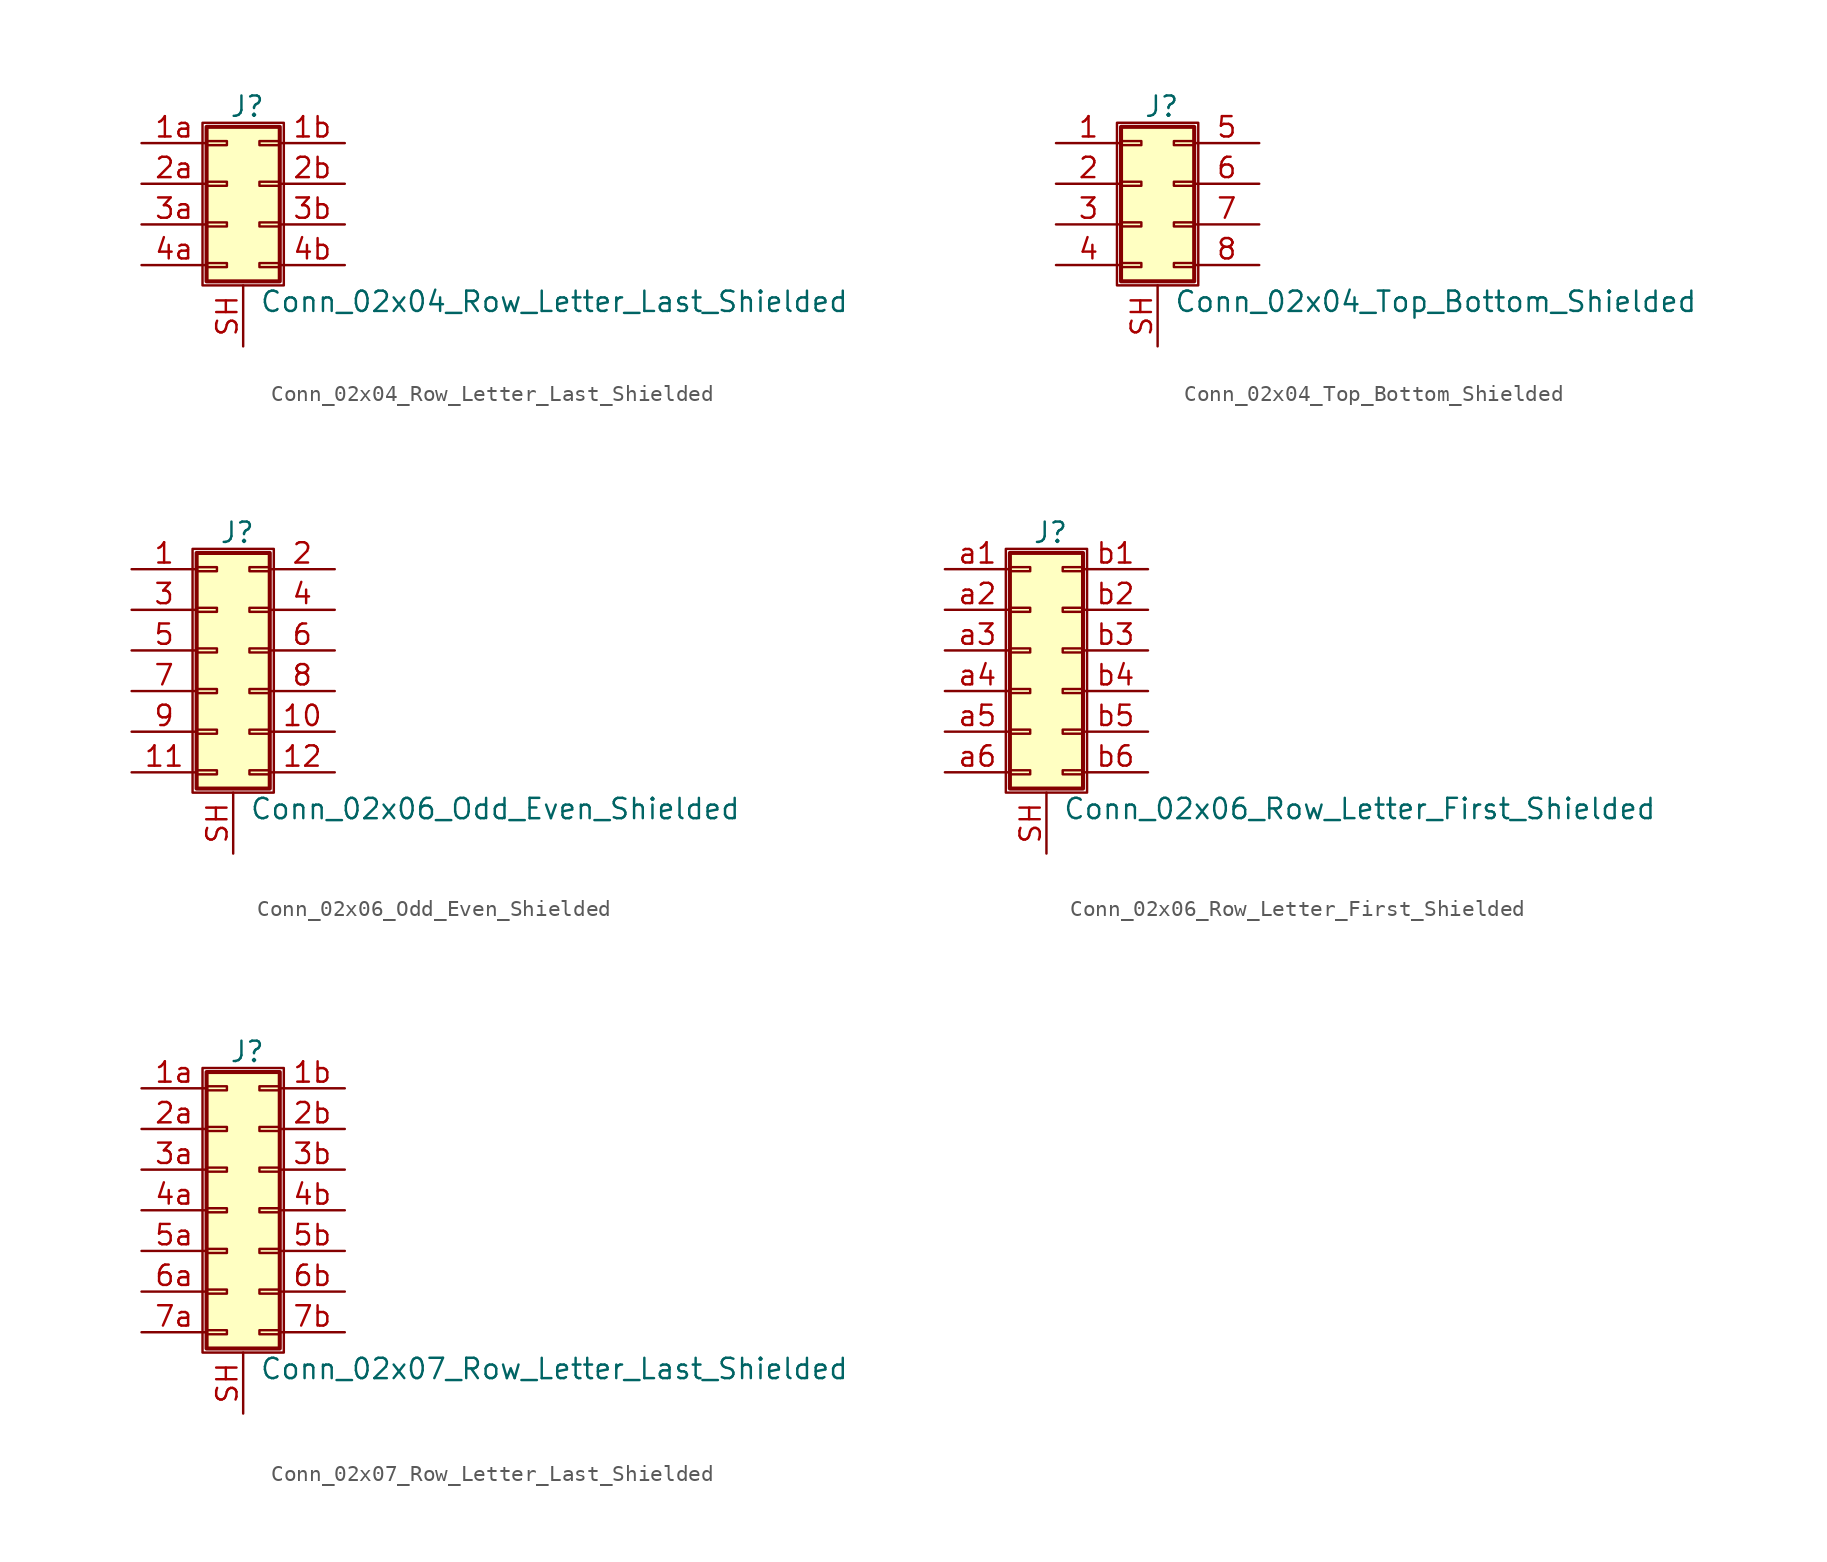
<source format=kicad_sym>
(kicad_symbol_lib
  (version 20211014)
  (generator kicad_symbol_editor)
  (symbol "Conn_02x04_Row_Letter_Last_Shielded"
    (pin_names
      (offset 1.016) hide)
    (property "Reference" "J"
      (at 1.524 4.826 0)
      (effects (font (size 1.27 1.27))))
    (property "Value" "Conn_02x04_Row_Letter_Last_Shielded"
      (at 2.286 -7.366 0)
      (effects (font (size 1.27 1.27)) (justify left)))
    (symbol "Conn_02x04_Row_Letter_Last_Shielded_1_1"
      (rectangle (start -1.27 3.81) (end 3.81 -6.35) (stroke (width 0.152) (type default) (color 0 0 0 0)) (fill (type none)))
      (rectangle (start -1.016 -4.953) (end 0.254 -5.207) (stroke (width 0.152) (type default) (color 0 0 0 0)) (fill (type none)))
      (rectangle (start -1.016 -2.413) (end 0.254 -2.667) (stroke (width 0.152) (type default) (color 0 0 0 0)) (fill (type none)))
      (rectangle (start -1.016 0.127) (end 0.254 -0.127) (stroke (width 0.152) (type default) (color 0 0 0 0)) (fill (type none)))
      (rectangle (start -1.016 2.667) (end 0.254 2.413) (stroke (width 0.152) (type default) (color 0 0 0 0)) (fill (type none)))
      (rectangle (start -1.016 3.556) (end 3.556 -6.096) (stroke (width 0.254) (type default) (color 0 0 0 0)) (fill (type background)))
      (rectangle (start 3.556 -4.953) (end 2.286 -5.207) (stroke (width 0.152) (type default) (color 0 0 0 0)) (fill (type none)))
      (rectangle (start 3.556 -2.413) (end 2.286 -2.667) (stroke (width 0.152) (type default) (color 0 0 0 0)) (fill (type none)))
      (rectangle (start 3.556 0.127) (end 2.286 -0.127) (stroke (width 0.152) (type default) (color 0 0 0 0)) (fill (type none)))
      (rectangle (start 3.556 2.667) (end 2.286 2.413) (stroke (width 0.152) (type default) (color 0 0 0 0)) (fill (type none)))
      (pin passive line (at -5.08 2.54 0) (length 4.064) (name "Pin_1a" (effects (font (size 1.27 1.27)))) (number "1a" (effects (font (size 1.27 1.27)))))
      (pin passive line (at 7.62 2.54 180) (length 4.064) (name "Pin_1b" (effects (font (size 1.27 1.27)))) (number "1b" (effects (font (size 1.27 1.27)))))
      (pin passive line (at -5.08 0 0) (length 4.064) (name "Pin_2a" (effects (font (size 1.27 1.27)))) (number "2a" (effects (font (size 1.27 1.27)))))
      (pin passive line (at 7.62 0 180) (length 4.064) (name "Pin_2b" (effects (font (size 1.27 1.27)))) (number "2b" (effects (font (size 1.27 1.27)))))
      (pin passive line (at -5.08 -2.54 0) (length 4.064) (name "Pin_3a" (effects (font (size 1.27 1.27)))) (number "3a" (effects (font (size 1.27 1.27)))))
      (pin passive line (at 7.62 -2.54 180) (length 4.064) (name "Pin_3b" (effects (font (size 1.27 1.27)))) (number "3b" (effects (font (size 1.27 1.27)))))
      (pin passive line (at -5.08 -5.08 0) (length 4.064) (name "Pin_4a" (effects (font (size 1.27 1.27)))) (number "4a" (effects (font (size 1.27 1.27)))))
      (pin passive line (at 7.62 -5.08 180) (length 4.064) (name "Pin_4b" (effects (font (size 1.27 1.27)))) (number "4b" (effects (font (size 1.27 1.27)))))
      (pin passive line (at 1.27 -10.16 90) (length 3.81) (name "Shield" (effects (font (size 1.27 1.27)))) (number "SH" (effects (font (size 1.27 1.27)))))))
  (symbol "Conn_02x04_Top_Bottom_Shielded"
    (pin_names
      (offset 1.016) hide)
    (property "Reference" "J"
      (at 1.524 4.826 0)
      (effects (font (size 1.27 1.27))))
    (property "Value" "Conn_02x04_Top_Bottom_Shielded"
      (at 2.286 -7.366 0)
      (effects (font (size 1.27 1.27)) (justify left)))
    (symbol "Conn_02x04_Top_Bottom_Shielded_1_1"
      (rectangle (start -1.27 3.81) (end 3.81 -6.35) (stroke (width 0.152) (type default) (color 0 0 0 0)) (fill (type none)))
      (rectangle (start -1.016 -4.953) (end 0.254 -5.207) (stroke (width 0.152) (type default) (color 0 0 0 0)) (fill (type none)))
      (rectangle (start -1.016 -2.413) (end 0.254 -2.667) (stroke (width 0.152) (type default) (color 0 0 0 0)) (fill (type none)))
      (rectangle (start -1.016 0.127) (end 0.254 -0.127) (stroke (width 0.152) (type default) (color 0 0 0 0)) (fill (type none)))
      (rectangle (start -1.016 2.667) (end 0.254 2.413) (stroke (width 0.152) (type default) (color 0 0 0 0)) (fill (type none)))
      (rectangle (start -1.016 3.556) (end 3.556 -6.096) (stroke (width 0.254) (type default) (color 0 0 0 0)) (fill (type background)))
      (rectangle (start 3.556 -4.953) (end 2.286 -5.207) (stroke (width 0.152) (type default) (color 0 0 0 0)) (fill (type none)))
      (rectangle (start 3.556 -2.413) (end 2.286 -2.667) (stroke (width 0.152) (type default) (color 0 0 0 0)) (fill (type none)))
      (rectangle (start 3.556 0.127) (end 2.286 -0.127) (stroke (width 0.152) (type default) (color 0 0 0 0)) (fill (type none)))
      (rectangle (start 3.556 2.667) (end 2.286 2.413) (stroke (width 0.152) (type default) (color 0 0 0 0)) (fill (type none)))
      (pin passive line (at -5.08 2.54 0) (length 4.064) (name "Pin_1" (effects (font (size 1.27 1.27)))) (number "1" (effects (font (size 1.27 1.27)))))
      (pin passive line (at -5.08 0 0) (length 4.064) (name "Pin_2" (effects (font (size 1.27 1.27)))) (number "2" (effects (font (size 1.27 1.27)))))
      (pin passive line (at -5.08 -2.54 0) (length 4.064) (name "Pin_3" (effects (font (size 1.27 1.27)))) (number "3" (effects (font (size 1.27 1.27)))))
      (pin passive line (at -5.08 -5.08 0) (length 4.064) (name "Pin_4" (effects (font (size 1.27 1.27)))) (number "4" (effects (font (size 1.27 1.27)))))
      (pin passive line (at 7.62 2.54 180) (length 4.064) (name "Pin_5" (effects (font (size 1.27 1.27)))) (number "5" (effects (font (size 1.27 1.27)))))
      (pin passive line (at 7.62 0 180) (length 4.064) (name "Pin_6" (effects (font (size 1.27 1.27)))) (number "6" (effects (font (size 1.27 1.27)))))
      (pin passive line (at 7.62 -2.54 180) (length 4.064) (name "Pin_7" (effects (font (size 1.27 1.27)))) (number "7" (effects (font (size 1.27 1.27)))))
      (pin passive line (at 7.62 -5.08 180) (length 4.064) (name "Pin_8" (effects (font (size 1.27 1.27)))) (number "8" (effects (font (size 1.27 1.27)))))
      (pin passive line (at 1.27 -10.16 90) (length 3.81) (name "Shield" (effects (font (size 1.27 1.27)))) (number "SH" (effects (font (size 1.27 1.27)))))))
  (symbol "Conn_02x06_Odd_Even_Shielded"
    (pin_names
      (offset 1.016) hide)
    (property "Reference" "J"
      (at 1.524 7.366 0)
      (effects (font (size 1.27 1.27))))
    (property "Value" "Conn_02x06_Odd_Even_Shielded"
      (at 2.286 -9.906 0)
      (effects (font (size 1.27 1.27)) (justify left)))
    (symbol "Conn_02x06_Odd_Even_Shielded_1_1"
      (rectangle (start -1.27 6.35) (end 3.81 -8.89) (stroke (width 0.152) (type default) (color 0 0 0 0)) (fill (type none)))
      (rectangle (start -1.016 -7.493) (end 0.254 -7.747) (stroke (width 0.152) (type default) (color 0 0 0 0)) (fill (type none)))
      (rectangle (start -1.016 -4.953) (end 0.254 -5.207) (stroke (width 0.152) (type default) (color 0 0 0 0)) (fill (type none)))
      (rectangle (start -1.016 -2.413) (end 0.254 -2.667) (stroke (width 0.152) (type default) (color 0 0 0 0)) (fill (type none)))
      (rectangle (start -1.016 0.127) (end 0.254 -0.127) (stroke (width 0.152) (type default) (color 0 0 0 0)) (fill (type none)))
      (rectangle (start -1.016 2.667) (end 0.254 2.413) (stroke (width 0.152) (type default) (color 0 0 0 0)) (fill (type none)))
      (rectangle (start -1.016 5.207) (end 0.254 4.953) (stroke (width 0.152) (type default) (color 0 0 0 0)) (fill (type none)))
      (rectangle (start -1.016 6.096) (end 3.556 -8.636) (stroke (width 0.254) (type default) (color 0 0 0 0)) (fill (type background)))
      (rectangle (start 3.556 -7.493) (end 2.286 -7.747) (stroke (width 0.152) (type default) (color 0 0 0 0)) (fill (type none)))
      (rectangle (start 3.556 -4.953) (end 2.286 -5.207) (stroke (width 0.152) (type default) (color 0 0 0 0)) (fill (type none)))
      (rectangle (start 3.556 -2.413) (end 2.286 -2.667) (stroke (width 0.152) (type default) (color 0 0 0 0)) (fill (type none)))
      (rectangle (start 3.556 0.127) (end 2.286 -0.127) (stroke (width 0.152) (type default) (color 0 0 0 0)) (fill (type none)))
      (rectangle (start 3.556 2.667) (end 2.286 2.413) (stroke (width 0.152) (type default) (color 0 0 0 0)) (fill (type none)))
      (rectangle (start 3.556 5.207) (end 2.286 4.953) (stroke (width 0.152) (type default) (color 0 0 0 0)) (fill (type none)))
      (pin passive line (at -5.08 5.08 0) (length 4.064) (name "Pin_1" (effects (font (size 1.27 1.27)))) (number "1" (effects (font (size 1.27 1.27)))))
      (pin passive line (at 7.62 -5.08 180) (length 4.064) (name "Pin_10" (effects (font (size 1.27 1.27)))) (number "10" (effects (font (size 1.27 1.27)))))
      (pin passive line (at -5.08 -7.62 0) (length 4.064) (name "Pin_11" (effects (font (size 1.27 1.27)))) (number "11" (effects (font (size 1.27 1.27)))))
      (pin passive line (at 7.62 -7.62 180) (length 4.064) (name "Pin_12" (effects (font (size 1.27 1.27)))) (number "12" (effects (font (size 1.27 1.27)))))
      (pin passive line (at 7.62 5.08 180) (length 4.064) (name "Pin_2" (effects (font (size 1.27 1.27)))) (number "2" (effects (font (size 1.27 1.27)))))
      (pin passive line (at -5.08 2.54 0) (length 4.064) (name "Pin_3" (effects (font (size 1.27 1.27)))) (number "3" (effects (font (size 1.27 1.27)))))
      (pin passive line (at 7.62 2.54 180) (length 4.064) (name "Pin_4" (effects (font (size 1.27 1.27)))) (number "4" (effects (font (size 1.27 1.27)))))
      (pin passive line (at -5.08 0 0) (length 4.064) (name "Pin_5" (effects (font (size 1.27 1.27)))) (number "5" (effects (font (size 1.27 1.27)))))
      (pin passive line (at 7.62 0 180) (length 4.064) (name "Pin_6" (effects (font (size 1.27 1.27)))) (number "6" (effects (font (size 1.27 1.27)))))
      (pin passive line (at -5.08 -2.54 0) (length 4.064) (name "Pin_7" (effects (font (size 1.27 1.27)))) (number "7" (effects (font (size 1.27 1.27)))))
      (pin passive line (at 7.62 -2.54 180) (length 4.064) (name "Pin_8" (effects (font (size 1.27 1.27)))) (number "8" (effects (font (size 1.27 1.27)))))
      (pin passive line (at -5.08 -5.08 0) (length 4.064) (name "Pin_9" (effects (font (size 1.27 1.27)))) (number "9" (effects (font (size 1.27 1.27)))))
      (pin passive line (at 1.27 -12.7 90) (length 3.81) (name "Shield" (effects (font (size 1.27 1.27)))) (number "SH" (effects (font (size 1.27 1.27)))))))
  (symbol "Conn_02x06_Row_Letter_First_Shielded"
    (pin_names
      (offset 1.016) hide)
    (property "Reference" "J"
      (at 1.524 7.366 0)
      (effects (font (size 1.27 1.27))))
    (property "Value" "Conn_02x06_Row_Letter_First_Shielded"
      (at 2.286 -9.906 0)
      (effects (font (size 1.27 1.27)) (justify left)))
    (symbol "Conn_02x06_Row_Letter_First_Shielded_1_1"
      (rectangle (start -1.27 6.35) (end 3.81 -8.89) (stroke (width 0.152) (type default) (color 0 0 0 0)) (fill (type none)))
      (rectangle (start -1.016 -7.493) (end 0.254 -7.747) (stroke (width 0.152) (type default) (color 0 0 0 0)) (fill (type none)))
      (rectangle (start -1.016 -4.953) (end 0.254 -5.207) (stroke (width 0.152) (type default) (color 0 0 0 0)) (fill (type none)))
      (rectangle (start -1.016 -2.413) (end 0.254 -2.667) (stroke (width 0.152) (type default) (color 0 0 0 0)) (fill (type none)))
      (rectangle (start -1.016 0.127) (end 0.254 -0.127) (stroke (width 0.152) (type default) (color 0 0 0 0)) (fill (type none)))
      (rectangle (start -1.016 2.667) (end 0.254 2.413) (stroke (width 0.152) (type default) (color 0 0 0 0)) (fill (type none)))
      (rectangle (start -1.016 5.207) (end 0.254 4.953) (stroke (width 0.152) (type default) (color 0 0 0 0)) (fill (type none)))
      (rectangle (start -1.016 6.096) (end 3.556 -8.636) (stroke (width 0.254) (type default) (color 0 0 0 0)) (fill (type background)))
      (rectangle (start 3.556 -7.493) (end 2.286 -7.747) (stroke (width 0.152) (type default) (color 0 0 0 0)) (fill (type none)))
      (rectangle (start 3.556 -4.953) (end 2.286 -5.207) (stroke (width 0.152) (type default) (color 0 0 0 0)) (fill (type none)))
      (rectangle (start 3.556 -2.413) (end 2.286 -2.667) (stroke (width 0.152) (type default) (color 0 0 0 0)) (fill (type none)))
      (rectangle (start 3.556 0.127) (end 2.286 -0.127) (stroke (width 0.152) (type default) (color 0 0 0 0)) (fill (type none)))
      (rectangle (start 3.556 2.667) (end 2.286 2.413) (stroke (width 0.152) (type default) (color 0 0 0 0)) (fill (type none)))
      (rectangle (start 3.556 5.207) (end 2.286 4.953) (stroke (width 0.152) (type default) (color 0 0 0 0)) (fill (type none)))
      (pin passive line (at 1.27 -12.7 90) (length 3.81) (name "Shield" (effects (font (size 1.27 1.27)))) (number "SH" (effects (font (size 1.27 1.27)))))
      (pin passive line (at -5.08 5.08 0) (length 4.064) (name "Pin_a1" (effects (font (size 1.27 1.27)))) (number "a1" (effects (font (size 1.27 1.27)))))
      (pin passive line (at -5.08 2.54 0) (length 4.064) (name "Pin_a2" (effects (font (size 1.27 1.27)))) (number "a2" (effects (font (size 1.27 1.27)))))
      (pin passive line (at -5.08 0 0) (length 4.064) (name "Pin_a3" (effects (font (size 1.27 1.27)))) (number "a3" (effects (font (size 1.27 1.27)))))
      (pin passive line (at -5.08 -2.54 0) (length 4.064) (name "Pin_a4" (effects (font (size 1.27 1.27)))) (number "a4" (effects (font (size 1.27 1.27)))))
      (pin passive line (at -5.08 -5.08 0) (length 4.064) (name "Pin_a5" (effects (font (size 1.27 1.27)))) (number "a5" (effects (font (size 1.27 1.27)))))
      (pin passive line (at -5.08 -7.62 0) (length 4.064) (name "Pin_a6" (effects (font (size 1.27 1.27)))) (number "a6" (effects (font (size 1.27 1.27)))))
      (pin passive line (at 7.62 5.08 180) (length 4.064) (name "Pin_b1" (effects (font (size 1.27 1.27)))) (number "b1" (effects (font (size 1.27 1.27)))))
      (pin passive line (at 7.62 2.54 180) (length 4.064) (name "Pin_b2" (effects (font (size 1.27 1.27)))) (number "b2" (effects (font (size 1.27 1.27)))))
      (pin passive line (at 7.62 0 180) (length 4.064) (name "Pin_b3" (effects (font (size 1.27 1.27)))) (number "b3" (effects (font (size 1.27 1.27)))))
      (pin passive line (at 7.62 -2.54 180) (length 4.064) (name "Pin_b4" (effects (font (size 1.27 1.27)))) (number "b4" (effects (font (size 1.27 1.27)))))
      (pin passive line (at 7.62 -5.08 180) (length 4.064) (name "Pin_b5" (effects (font (size 1.27 1.27)))) (number "b5" (effects (font (size 1.27 1.27)))))
      (pin passive line (at 7.62 -7.62 180) (length 4.064) (name "Pin_b6" (effects (font (size 1.27 1.27)))) (number "b6" (effects (font (size 1.27 1.27)))))))
  (symbol "Conn_02x07_Row_Letter_Last_Shielded"
    (pin_names
      (offset 1.016) hide)
    (property "Reference" "J"
      (at 1.524 9.906 0)
      (effects (font (size 1.27 1.27))))
    (property "Value" "Conn_02x07_Row_Letter_Last_Shielded"
      (at 2.286 -9.906 0)
      (effects (font (size 1.27 1.27)) (justify left)))
    (symbol "Conn_02x07_Row_Letter_Last_Shielded_1_1"
      (rectangle (start -1.27 8.89) (end 3.81 -8.89) (stroke (width 0.152) (type default) (color 0 0 0 0)) (fill (type none)))
      (rectangle (start -1.016 -7.493) (end 0.254 -7.747) (stroke (width 0.152) (type default) (color 0 0 0 0)) (fill (type none)))
      (rectangle (start -1.016 -4.953) (end 0.254 -5.207) (stroke (width 0.152) (type default) (color 0 0 0 0)) (fill (type none)))
      (rectangle (start -1.016 -2.413) (end 0.254 -2.667) (stroke (width 0.152) (type default) (color 0 0 0 0)) (fill (type none)))
      (rectangle (start -1.016 0.127) (end 0.254 -0.127) (stroke (width 0.152) (type default) (color 0 0 0 0)) (fill (type none)))
      (rectangle (start -1.016 2.667) (end 0.254 2.413) (stroke (width 0.152) (type default) (color 0 0 0 0)) (fill (type none)))
      (rectangle (start -1.016 5.207) (end 0.254 4.953) (stroke (width 0.152) (type default) (color 0 0 0 0)) (fill (type none)))
      (rectangle (start -1.016 7.747) (end 0.254 7.493) (stroke (width 0.152) (type default) (color 0 0 0 0)) (fill (type none)))
      (rectangle (start -1.016 8.636) (end 3.556 -8.636) (stroke (width 0.254) (type default) (color 0 0 0 0)) (fill (type background)))
      (rectangle (start 3.556 -7.493) (end 2.286 -7.747) (stroke (width 0.152) (type default) (color 0 0 0 0)) (fill (type none)))
      (rectangle (start 3.556 -4.953) (end 2.286 -5.207) (stroke (width 0.152) (type default) (color 0 0 0 0)) (fill (type none)))
      (rectangle (start 3.556 -2.413) (end 2.286 -2.667) (stroke (width 0.152) (type default) (color 0 0 0 0)) (fill (type none)))
      (rectangle (start 3.556 0.127) (end 2.286 -0.127) (stroke (width 0.152) (type default) (color 0 0 0 0)) (fill (type none)))
      (rectangle (start 3.556 2.667) (end 2.286 2.413) (stroke (width 0.152) (type default) (color 0 0 0 0)) (fill (type none)))
      (rectangle (start 3.556 5.207) (end 2.286 4.953) (stroke (width 0.152) (type default) (color 0 0 0 0)) (fill (type none)))
      (rectangle (start 3.556 7.747) (end 2.286 7.493) (stroke (width 0.152) (type default) (color 0 0 0 0)) (fill (type none)))
      (pin passive line (at -5.08 7.62 0) (length 4.064) (name "Pin_1a" (effects (font (size 1.27 1.27)))) (number "1a" (effects (font (size 1.27 1.27)))))
      (pin passive line (at 7.62 7.62 180) (length 4.064) (name "Pin_1b" (effects (font (size 1.27 1.27)))) (number "1b" (effects (font (size 1.27 1.27)))))
      (pin passive line (at -5.08 5.08 0) (length 4.064) (name "Pin_2a" (effects (font (size 1.27 1.27)))) (number "2a" (effects (font (size 1.27 1.27)))))
      (pin passive line (at 7.62 5.08 180) (length 4.064) (name "Pin_2b" (effects (font (size 1.27 1.27)))) (number "2b" (effects (font (size 1.27 1.27)))))
      (pin passive line (at -5.08 2.54 0) (length 4.064) (name "Pin_3a" (effects (font (size 1.27 1.27)))) (number "3a" (effects (font (size 1.27 1.27)))))
      (pin passive line (at 7.62 2.54 180) (length 4.064) (name "Pin_3b" (effects (font (size 1.27 1.27)))) (number "3b" (effects (font (size 1.27 1.27)))))
      (pin passive line (at -5.08 0 0) (length 4.064) (name "Pin_4a" (effects (font (size 1.27 1.27)))) (number "4a" (effects (font (size 1.27 1.27)))))
      (pin passive line (at 7.62 0 180) (length 4.064) (name "Pin_4b" (effects (font (size 1.27 1.27)))) (number "4b" (effects (font (size 1.27 1.27)))))
      (pin passive line (at -5.08 -2.54 0) (length 4.064) (name "Pin_5a" (effects (font (size 1.27 1.27)))) (number "5a" (effects (font (size 1.27 1.27)))))
      (pin passive line (at 7.62 -2.54 180) (length 4.064) (name "Pin_5b" (effects (font (size 1.27 1.27)))) (number "5b" (effects (font (size 1.27 1.27)))))
      (pin passive line (at -5.08 -5.08 0) (length 4.064) (name "Pin_6a" (effects (font (size 1.27 1.27)))) (number "6a" (effects (font (size 1.27 1.27)))))
      (pin passive line (at 7.62 -5.08 180) (length 4.064) (name "Pin_6b" (effects (font (size 1.27 1.27)))) (number "6b" (effects (font (size 1.27 1.27)))))
      (pin passive line (at -5.08 -7.62 0) (length 4.064) (name "Pin_7a" (effects (font (size 1.27 1.27)))) (number "7a" (effects (font (size 1.27 1.27)))))
      (pin passive line (at 7.62 -7.62 180) (length 4.064) (name "Pin_7b" (effects (font (size 1.27 1.27)))) (number "7b" (effects (font (size 1.27 1.27)))))
      (pin passive line (at 1.27 -12.7 90) (length 3.81) (name "Shield" (effects (font (size 1.27 1.27)))) (number "SH" (effects (font (size 1.27 1.27))))))))
</source>
